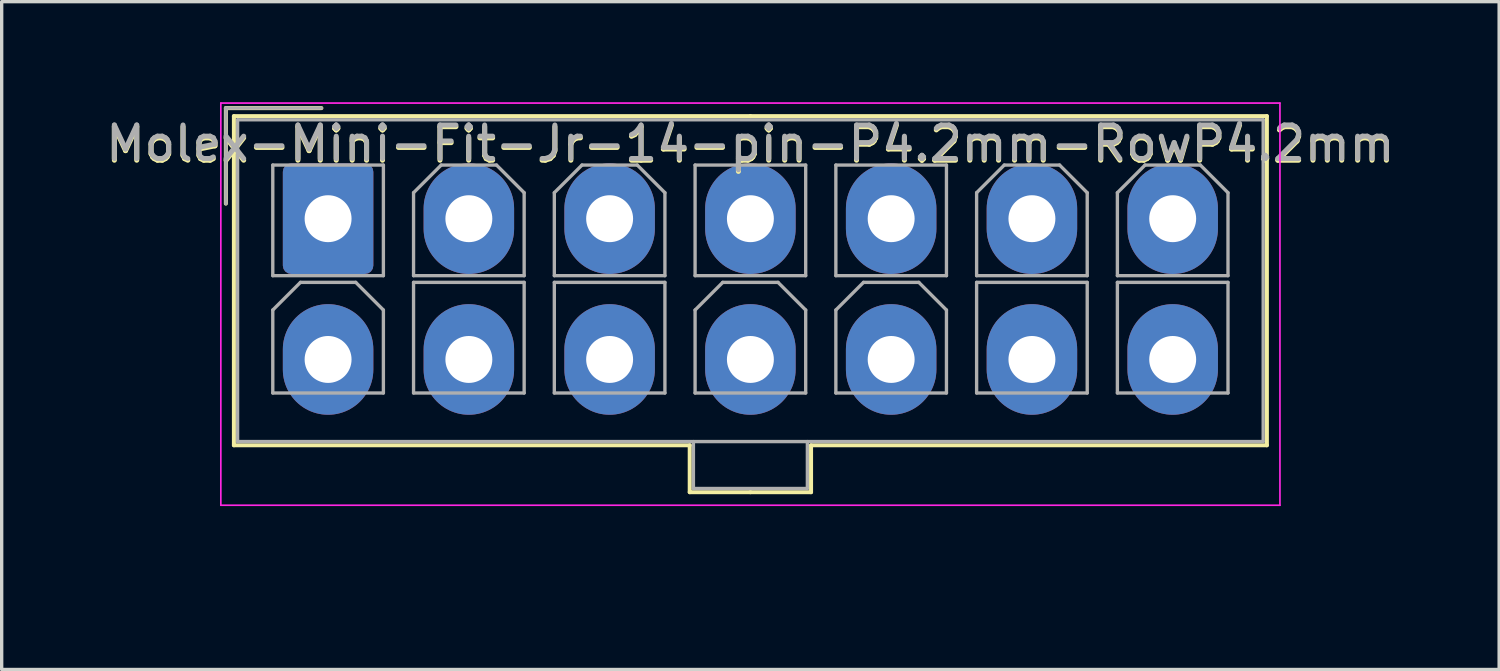
<source format=kicad_pcb>
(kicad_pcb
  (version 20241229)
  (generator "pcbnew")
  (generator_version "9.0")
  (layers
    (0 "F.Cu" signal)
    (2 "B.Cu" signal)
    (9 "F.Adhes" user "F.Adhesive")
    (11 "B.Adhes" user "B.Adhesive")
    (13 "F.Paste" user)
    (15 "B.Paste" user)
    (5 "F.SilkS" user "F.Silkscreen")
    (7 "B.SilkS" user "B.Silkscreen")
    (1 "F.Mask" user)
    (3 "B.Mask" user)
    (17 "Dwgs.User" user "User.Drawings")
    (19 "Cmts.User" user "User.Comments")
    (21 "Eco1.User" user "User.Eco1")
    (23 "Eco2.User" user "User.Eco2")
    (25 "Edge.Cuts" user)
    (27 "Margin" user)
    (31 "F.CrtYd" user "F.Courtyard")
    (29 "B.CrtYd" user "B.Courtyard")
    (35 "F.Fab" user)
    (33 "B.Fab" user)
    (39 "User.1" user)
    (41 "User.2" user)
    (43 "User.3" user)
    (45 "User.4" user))
  (footprint "Molex-Mini-Fit-Jr-14-pin-P4.2mm-RowP4.2mm"
    (layer "F.Cu")
    (at 19.439 13.675)
    (property "Reference" "Molex-Mini-Fit-Jr-14-pin-P4.2mm-RowP4.2mm" (at -0.1 -12.4 0) (layer "F.SilkS") (effects (font (size 1 1) (thickness 0.15))))
    (attr through_hole)
    (fp_line (start -15.75 -13.5) (end -15.75 -10.65) (stroke (width 0.12) (type solid)) (layer "F.SilkS"))
    (fp_line (start -15.51 -13.26) (end -15.51 -3.44) (stroke (width 0.12) (type solid)) (layer "F.SilkS"))
    (fp_line (start -15.51 -3.44) (end -1.91 -3.44) (stroke (width 0.12) (type solid)) (layer "F.SilkS"))
    (fp_line (start -12.9 -13.5) (end -15.75 -13.5) (stroke (width 0.12) (type solid)) (layer "F.SilkS"))
    (fp_line (start -1.91 -3.44) (end -1.91 -2.04) (stroke (width 0.12) (type solid)) (layer "F.SilkS"))
    (fp_line (start -1.91 -2.04) (end -0.1 -2.04) (stroke (width 0.12) (type solid)) (layer "F.SilkS"))
    (fp_line (start -0.1 -13.26) (end -15.51 -13.26) (stroke (width 0.12) (type solid)) (layer "F.SilkS"))
    (fp_line (start -0.1 -13.26) (end 15.31 -13.26) (stroke (width 0.12) (type solid)) (layer "F.SilkS"))
    (fp_line (start 1.71 -3.44) (end 1.71 -2.04) (stroke (width 0.12) (type solid)) (layer "F.SilkS"))
    (fp_line (start 1.71 -2.04) (end -0.1 -2.04) (stroke (width 0.12) (type solid)) (layer "F.SilkS"))
    (fp_line (start 15.31 -13.26) (end 15.31 -3.44) (stroke (width 0.12) (type solid)) (layer "F.SilkS"))
    (fp_line (start 15.31 -3.44) (end 1.71 -3.44) (stroke (width 0.12) (type solid)) (layer "F.SilkS"))
    (fp_line (start -15.9 -13.65) (end -15.9 -1.65) (stroke (width 0.05) (type solid)) (layer "F.CrtYd"))
    (fp_line (start -15.9 -1.65) (end 15.7 -1.65) (stroke (width 0.05) (type solid)) (layer "F.CrtYd"))
    (fp_line (start 15.7 -13.65) (end -15.9 -13.65) (stroke (width 0.05) (type solid)) (layer "F.CrtYd"))
    (fp_line (start 15.7 -1.65) (end 15.7 -13.65) (stroke (width 0.05) (type solid)) (layer "F.CrtYd"))
    (fp_line (start -15.75 -13.5) (end -15.75 -10.65) (stroke (width 0.1) (type solid)) (layer "F.Fab"))
    (fp_line (start -15.4 -13.15) (end -15.4 -3.55) (stroke (width 0.1) (type solid)) (layer "F.Fab"))
    (fp_line (start -15.4 -3.55) (end 15.2 -3.55) (stroke (width 0.1) (type solid)) (layer "F.Fab"))
    (fp_line (start -14.35 -11.8) (end -14.35 -8.5) (stroke (width 0.1) (type solid)) (layer "F.Fab"))
    (fp_line (start -14.35 -8.5) (end -11.05 -8.5) (stroke (width 0.1) (type solid)) (layer "F.Fab"))
    (fp_line (start -14.35 -7.475) (end -13.525 -8.3) (stroke (width 0.1) (type solid)) (layer "F.Fab"))
    (fp_line (start -14.35 -5) (end -14.35 -7.475) (stroke (width 0.1) (type solid)) (layer "F.Fab"))
    (fp_line (start -13.525 -8.3) (end -11.875 -8.3) (stroke (width 0.1) (type solid)) (layer "F.Fab"))
    (fp_line (start -12.9 -13.5) (end -15.75 -13.5) (stroke (width 0.1) (type solid)) (layer "F.Fab"))
    (fp_line (start -11.875 -8.3) (end -11.05 -7.475) (stroke (width 0.1) (type solid)) (layer "F.Fab"))
    (fp_line (start -11.05 -11.8) (end -14.35 -11.8) (stroke (width 0.1) (type solid)) (layer "F.Fab"))
    (fp_line (start -11.05 -8.5) (end -11.05 -11.8) (stroke (width 0.1) (type solid)) (layer "F.Fab"))
    (fp_line (start -11.05 -7.475) (end -11.05 -5) (stroke (width 0.1) (type solid)) (layer "F.Fab"))
    (fp_line (start -11.05 -5) (end -14.35 -5) (stroke (width 0.1) (type solid)) (layer "F.Fab"))
    (fp_line (start -10.15 -10.975) (end -9.325 -11.8) (stroke (width 0.1) (type solid)) (layer "F.Fab"))
    (fp_line (start -10.15 -8.5) (end -10.15 -10.975) (stroke (width 0.1) (type solid)) (layer "F.Fab"))
    (fp_line (start -10.15 -8.3) (end -10.15 -5) (stroke (width 0.1) (type solid)) (layer "F.Fab"))
    (fp_line (start -10.15 -5) (end -6.85 -5) (stroke (width 0.1) (type solid)) (layer "F.Fab"))
    (fp_line (start -9.325 -11.8) (end -7.675 -11.8) (stroke (width 0.1) (type solid)) (layer "F.Fab"))
    (fp_line (start -7.675 -11.8) (end -6.85 -10.975) (stroke (width 0.1) (type solid)) (layer "F.Fab"))
    (fp_line (start -6.85 -10.975) (end -6.85 -8.5) (stroke (width 0.1) (type solid)) (layer "F.Fab"))
    (fp_line (start -6.85 -8.5) (end -10.15 -8.5) (stroke (width 0.1) (type solid)) (layer "F.Fab"))
    (fp_line (start -6.85 -8.3) (end -10.15 -8.3) (stroke (width 0.1) (type solid)) (layer "F.Fab"))
    (fp_line (start -6.85 -5) (end -6.85 -8.3) (stroke (width 0.1) (type solid)) (layer "F.Fab"))
    (fp_line (start -5.95 -10.975) (end -5.125 -11.8) (stroke (width 0.1) (type solid)) (layer "F.Fab"))
    (fp_line (start -5.95 -8.5) (end -5.95 -10.975) (stroke (width 0.1) (type solid)) (layer "F.Fab"))
    (fp_line (start -5.95 -8.3) (end -5.95 -5) (stroke (width 0.1) (type solid)) (layer "F.Fab"))
    (fp_line (start -5.95 -5) (end -2.65 -5) (stroke (width 0.1) (type solid)) (layer "F.Fab"))
    (fp_line (start -5.125 -11.8) (end -3.475 -11.8) (stroke (width 0.1) (type solid)) (layer "F.Fab"))
    (fp_line (start -3.475 -11.8) (end -2.65 -10.975) (stroke (width 0.1) (type solid)) (layer "F.Fab"))
    (fp_line (start -2.65 -10.975) (end -2.65 -8.5) (stroke (width 0.1) (type solid)) (layer "F.Fab"))
    (fp_line (start -2.65 -8.5) (end -5.95 -8.5) (stroke (width 0.1) (type solid)) (layer "F.Fab"))
    (fp_line (start -2.65 -8.3) (end -5.95 -8.3) (stroke (width 0.1) (type solid)) (layer "F.Fab"))
    (fp_line (start -2.65 -5) (end -2.65 -8.3) (stroke (width 0.1) (type solid)) (layer "F.Fab"))
    (fp_line (start -1.8 -3.55) (end -1.8 -2.15) (stroke (width 0.1) (type solid)) (layer "F.Fab"))
    (fp_line (start -1.8 -2.15) (end 1.6 -2.15) (stroke (width 0.1) (type solid)) (layer "F.Fab"))
    (fp_line (start -1.75 -11.8) (end -1.75 -8.5) (stroke (width 0.1) (type solid)) (layer "F.Fab"))
    (fp_line (start -1.75 -8.5) (end 1.55 -8.5) (stroke (width 0.1) (type solid)) (layer "F.Fab"))
    (fp_line (start -1.75 -7.475) (end -0.925 -8.3) (stroke (width 0.1) (type solid)) (layer "F.Fab"))
    (fp_line (start -1.75 -5) (end -1.75 -7.475) (stroke (width 0.1) (type solid)) (layer "F.Fab"))
    (fp_line (start -0.925 -8.3) (end 0.725 -8.3) (stroke (width 0.1) (type solid)) (layer "F.Fab"))
    (fp_line (start 0.725 -8.3) (end 1.55 -7.475) (stroke (width 0.1) (type solid)) (layer "F.Fab"))
    (fp_line (start 1.55 -11.8) (end -1.75 -11.8) (stroke (width 0.1) (type solid)) (layer "F.Fab"))
    (fp_line (start 1.55 -8.5) (end 1.55 -11.8) (stroke (width 0.1) (type solid)) (layer "F.Fab"))
    (fp_line (start 1.55 -7.475) (end 1.55 -5) (stroke (width 0.1) (type solid)) (layer "F.Fab"))
    (fp_line (start 1.55 -5) (end -1.75 -5) (stroke (width 0.1) (type solid)) (layer "F.Fab"))
    (fp_line (start 1.6 -2.15) (end 1.6 -3.55) (stroke (width 0.1) (type solid)) (layer "F.Fab"))
    (fp_line (start 2.45 -11.8) (end 2.45 -8.5) (stroke (width 0.1) (type solid)) (layer "F.Fab"))
    (fp_line (start 2.45 -8.5) (end 5.75 -8.5) (stroke (width 0.1) (type solid)) (layer "F.Fab"))
    (fp_line (start 2.45 -7.475) (end 3.275 -8.3) (stroke (width 0.1) (type solid)) (layer "F.Fab"))
    (fp_line (start 2.45 -5) (end 2.45 -7.475) (stroke (width 0.1) (type solid)) (layer "F.Fab"))
    (fp_line (start 3.275 -8.3) (end 4.925 -8.3) (stroke (width 0.1) (type solid)) (layer "F.Fab"))
    (fp_line (start 4.925 -8.3) (end 5.75 -7.475) (stroke (width 0.1) (type solid)) (layer "F.Fab"))
    (fp_line (start 5.75 -11.8) (end 2.45 -11.8) (stroke (width 0.1) (type solid)) (layer "F.Fab"))
    (fp_line (start 5.75 -8.5) (end 5.75 -11.8) (stroke (width 0.1) (type solid)) (layer "F.Fab"))
    (fp_line (start 5.75 -7.475) (end 5.75 -5) (stroke (width 0.1) (type solid)) (layer "F.Fab"))
    (fp_line (start 5.75 -5) (end 2.45 -5) (stroke (width 0.1) (type solid)) (layer "F.Fab"))
    (fp_line (start 6.65 -10.975) (end 7.475 -11.8) (stroke (width 0.1) (type solid)) (layer "F.Fab"))
    (fp_line (start 6.65 -8.5) (end 6.65 -10.975) (stroke (width 0.1) (type solid)) (layer "F.Fab"))
    (fp_line (start 6.65 -8.3) (end 6.65 -5) (stroke (width 0.1) (type solid)) (layer "F.Fab"))
    (fp_line (start 6.65 -5) (end 9.95 -5) (stroke (width 0.1) (type solid)) (layer "F.Fab"))
    (fp_line (start 7.475 -11.8) (end 9.125 -11.8) (stroke (width 0.1) (type solid)) (layer "F.Fab"))
    (fp_line (start 9.125 -11.8) (end 9.95 -10.975) (stroke (width 0.1) (type solid)) (layer "F.Fab"))
    (fp_line (start 9.95 -10.975) (end 9.95 -8.5) (stroke (width 0.1) (type solid)) (layer "F.Fab"))
    (fp_line (start 9.95 -8.5) (end 6.65 -8.5) (stroke (width 0.1) (type solid)) (layer "F.Fab"))
    (fp_line (start 9.95 -8.3) (end 6.65 -8.3) (stroke (width 0.1) (type solid)) (layer "F.Fab"))
    (fp_line (start 9.95 -5) (end 9.95 -8.3) (stroke (width 0.1) (type solid)) (layer "F.Fab"))
    (fp_line (start 10.85 -10.975) (end 11.675 -11.8) (stroke (width 0.1) (type solid)) (layer "F.Fab"))
    (fp_line (start 10.85 -8.5) (end 10.85 -10.975) (stroke (width 0.1) (type solid)) (layer "F.Fab"))
    (fp_line (start 10.85 -8.3) (end 10.85 -5) (stroke (width 0.1) (type solid)) (layer "F.Fab"))
    (fp_line (start 10.85 -5) (end 14.15 -5) (stroke (width 0.1) (type solid)) (layer "F.Fab"))
    (fp_line (start 11.675 -11.8) (end 13.325 -11.8) (stroke (width 0.1) (type solid)) (layer "F.Fab"))
    (fp_line (start 13.325 -11.8) (end 14.15 -10.975) (stroke (width 0.1) (type solid)) (layer "F.Fab"))
    (fp_line (start 14.15 -10.975) (end 14.15 -8.5) (stroke (width 0.1) (type solid)) (layer "F.Fab"))
    (fp_line (start 14.15 -8.5) (end 10.85 -8.5) (stroke (width 0.1) (type solid)) (layer "F.Fab"))
    (fp_line (start 14.15 -8.3) (end 10.85 -8.3) (stroke (width 0.1) (type solid)) (layer "F.Fab"))
    (fp_line (start 14.15 -5) (end 14.15 -8.3) (stroke (width 0.1) (type solid)) (layer "F.Fab"))
    (fp_line (start 15.2 -13.15) (end -15.4 -13.15) (stroke (width 0.1) (type solid)) (layer "F.Fab"))
    (fp_line (start 15.2 -3.55) (end 15.2 -13.15) (stroke (width 0.1) (type solid)) (layer "F.Fab"))
    (fp_text user "${REFERENCE}" (at -0.1 -12.45 0) (layer "F.Fab") (effects (font (size 1 1) (thickness 0.15))))
    (pad "1" thru_hole roundrect (at -12.7 -10.2) (size 2.7 3.3) (drill 1.4) (layers "*.Cu" "*.Mask") (roundrect_rratio 0.093))
    (pad "2" thru_hole oval (at -8.5 -10.2) (size 2.7 3.3) (drill 1.4) (layers "*.Cu" "*.Mask"))
    (pad "3" thru_hole oval (at -4.3 -10.2) (size 2.7 3.3) (drill 1.4) (layers "*.Cu" "*.Mask"))
    (pad "4" thru_hole oval (at -0.1 -10.2) (size 2.7 3.3) (drill 1.4) (layers "*.Cu" "*.Mask"))
    (pad "5" thru_hole oval (at 4.1 -10.2) (size 2.7 3.3) (drill 1.4) (layers "*.Cu" "*.Mask"))
    (pad "6" thru_hole oval (at 8.3 -10.2) (size 2.7 3.3) (drill 1.4) (layers "*.Cu" "*.Mask"))
    (pad "7" thru_hole oval (at 12.5 -10.2) (size 2.7 3.3) (drill 1.4) (layers "*.Cu" "*.Mask"))
    (pad "8" thru_hole oval (at -12.7 -6) (size 2.7 3.3) (drill 1.4) (layers "*.Cu" "*.Mask"))
    (pad "9" thru_hole oval (at -8.5 -6) (size 2.7 3.3) (drill 1.4) (layers "*.Cu" "*.Mask"))
    (pad "10" thru_hole oval (at -4.3 -6) (size 2.7 3.3) (drill 1.4) (layers "*.Cu" "*.Mask"))
    (pad "11" thru_hole oval (at -0.1 -6) (size 2.7 3.3) (drill 1.4) (layers "*.Cu" "*.Mask"))
    (pad "12" thru_hole oval (at 4.1 -6) (size 2.7 3.3) (drill 1.4) (layers "*.Cu" "*.Mask"))
    (pad "13" thru_hole oval (at 8.3 -6) (size 2.7 3.3) (drill 1.4) (layers "*.Cu" "*.Mask"))
    (pad "14" thru_hole oval (at 12.5 -6) (size 2.7 3.3) (drill 1.4) (layers "*.Cu" "*.Mask")))
  (gr_rect
    (start -3 -3)
    (end 41.679 16.925)
    (stroke (width 0.1) (type default))
    (fill no)
    (layer "Edge.Cuts")))
</source>
